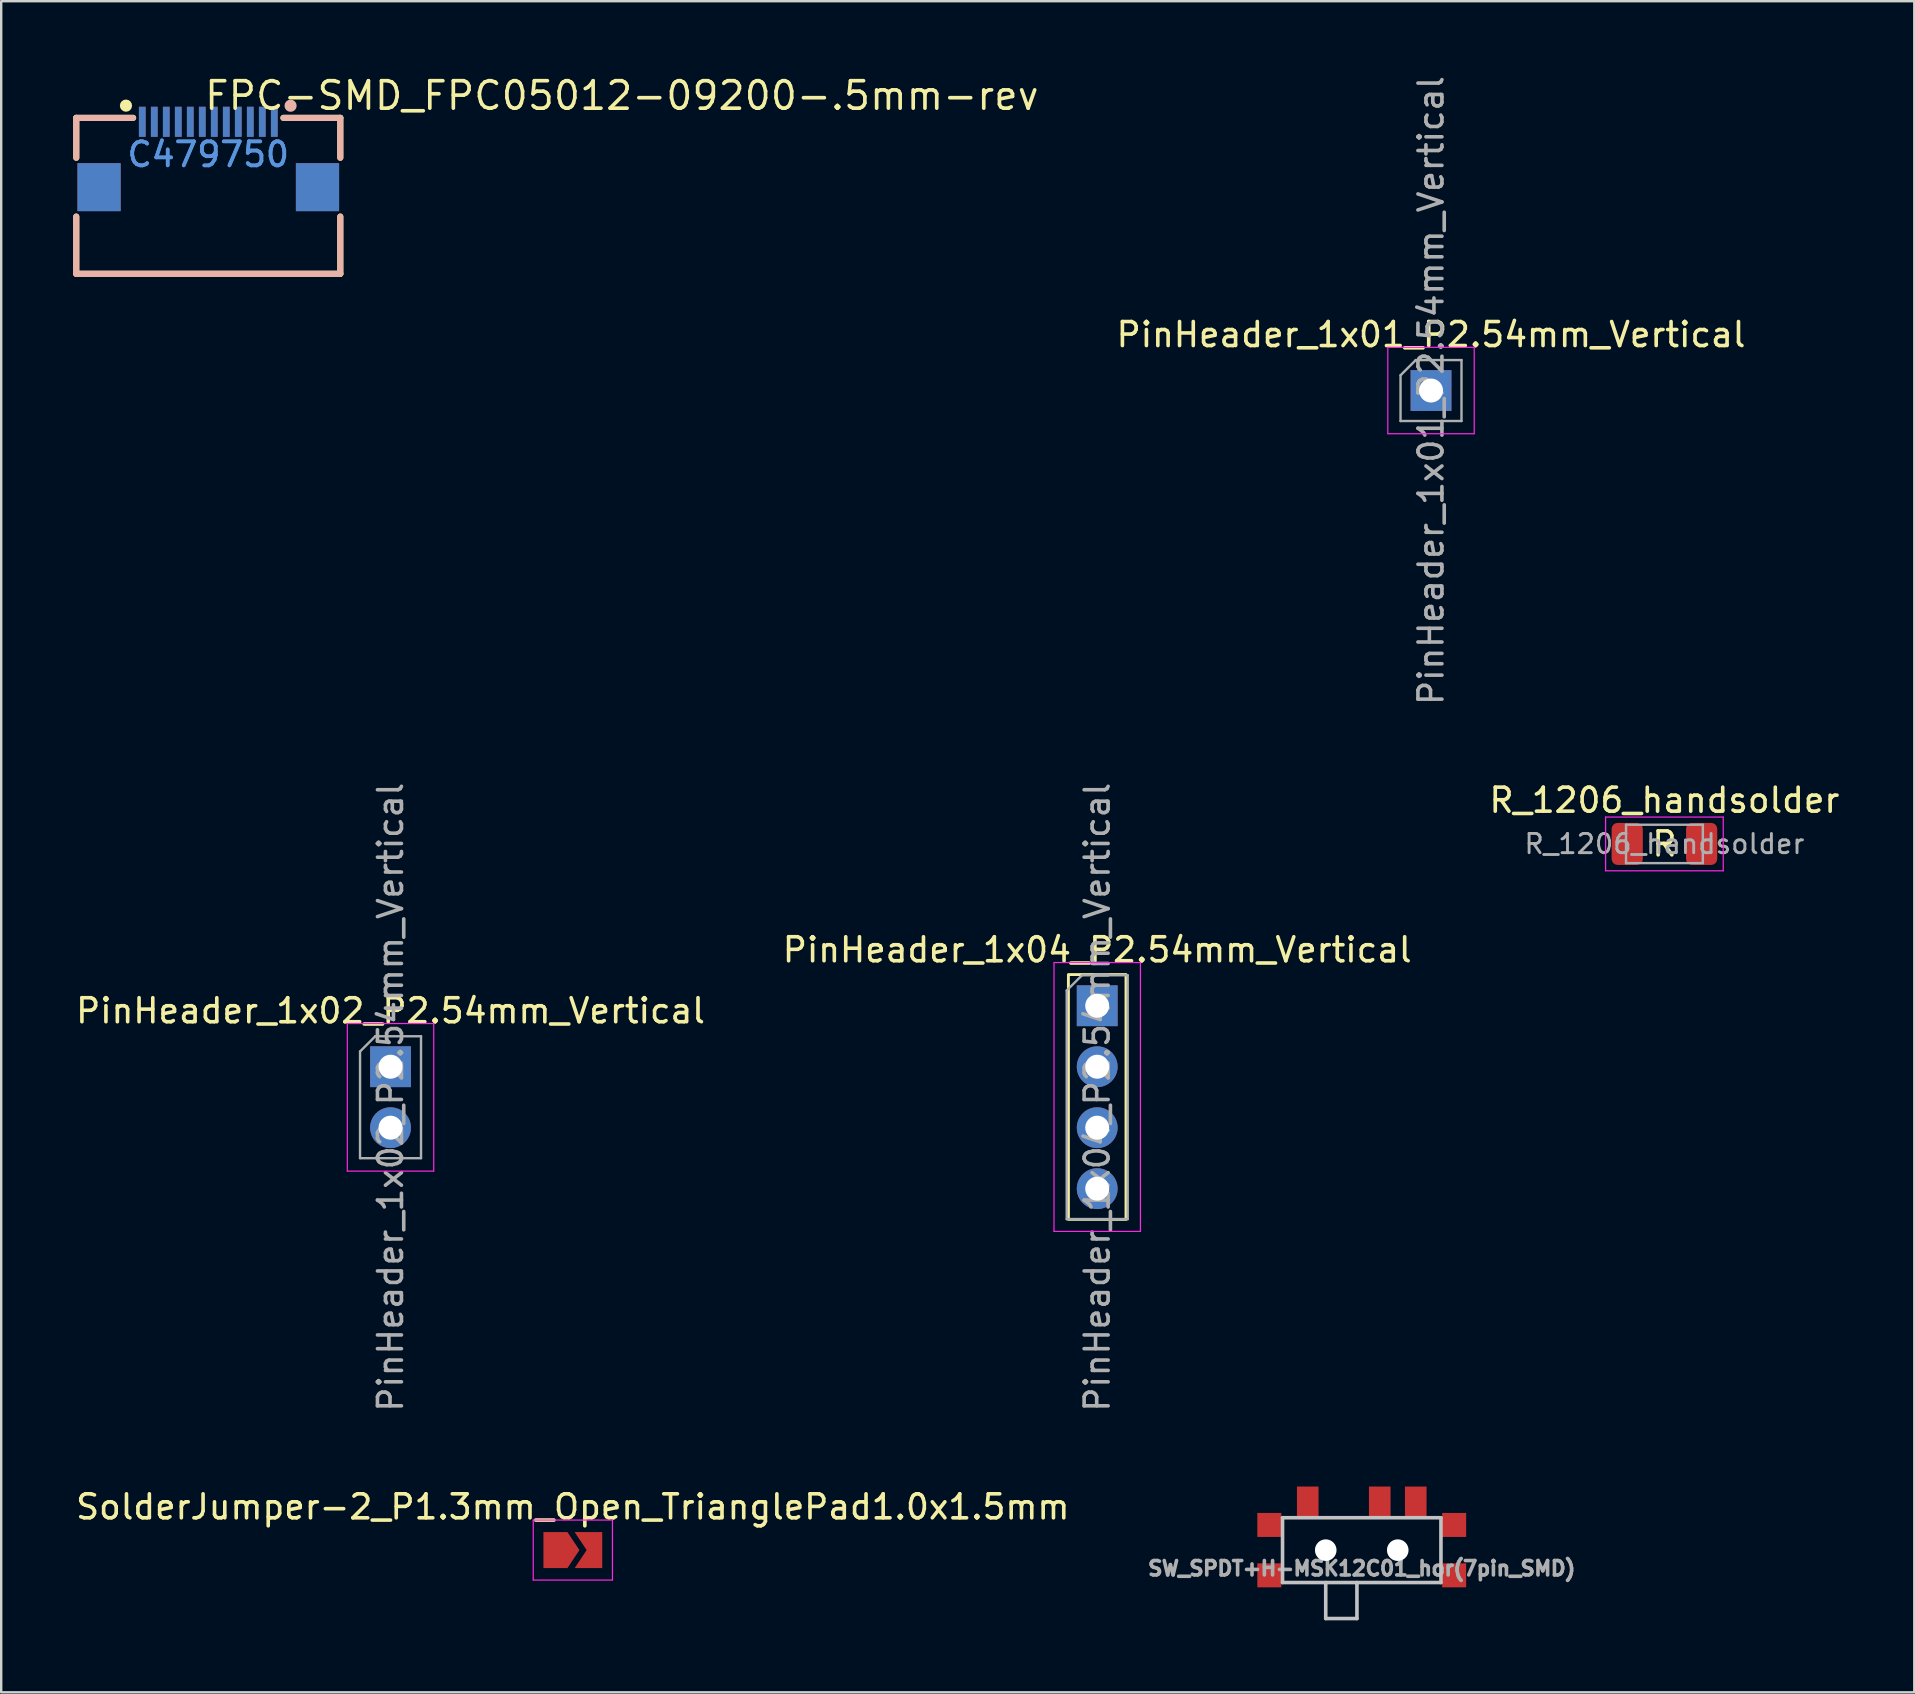
<source format=kicad_pcb>
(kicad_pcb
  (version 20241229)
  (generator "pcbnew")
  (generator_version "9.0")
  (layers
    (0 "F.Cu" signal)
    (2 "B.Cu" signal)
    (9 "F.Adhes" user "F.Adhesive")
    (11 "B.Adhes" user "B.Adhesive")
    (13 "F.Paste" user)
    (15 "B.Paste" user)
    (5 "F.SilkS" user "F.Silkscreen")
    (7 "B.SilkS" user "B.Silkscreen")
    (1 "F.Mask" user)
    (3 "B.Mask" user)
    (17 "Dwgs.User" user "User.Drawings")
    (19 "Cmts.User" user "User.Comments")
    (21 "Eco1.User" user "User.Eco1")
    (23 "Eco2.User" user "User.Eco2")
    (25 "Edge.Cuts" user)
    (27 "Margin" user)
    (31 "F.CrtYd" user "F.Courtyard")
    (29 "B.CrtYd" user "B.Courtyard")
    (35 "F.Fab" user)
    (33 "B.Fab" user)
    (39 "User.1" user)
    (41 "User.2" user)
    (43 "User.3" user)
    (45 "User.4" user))
  (footprint "SW_SPDT+H-MSK12C01_hor(7pin_SMD)"
    (layer "F.Cu")
    (at 53.682 61.531)
    (property "Reference" "SW_SPDT+H-MSK12C01_hor(7pin_SMD)" (at 0 0.762 0) (layer "F.Fab") (effects (font (size 0.6 0.6) (thickness 0.15))))
    (attr smd)
    (fp_line (start -3.3 -1.35) (end 3.3 -1.35) (stroke (width 0.15) (type solid)) (layer "Dwgs.User"))
    (fp_line (start -3.3 1.35) (end -3.3 -1.35) (stroke (width 0.15) (type solid)) (layer "Dwgs.User"))
    (fp_line (start -1.5 1.35) (end -1.5 2.85) (stroke (width 0.15) (type solid)) (layer "Dwgs.User"))
    (fp_line (start -1.5 2.85) (end -0.2 2.85) (stroke (width 0.15) (type solid)) (layer "Dwgs.User"))
    (fp_line (start -0.2 1.35) (end -0.2 2.85) (stroke (width 0.15) (type solid)) (layer "Dwgs.User"))
    (fp_line (start 3.3 -1.35) (end 3.3 1.35) (stroke (width 0.15) (type solid)) (layer "Dwgs.User"))
    (fp_line (start 3.3 1.35) (end -3.3 1.35) (stroke (width 0.15) (type solid)) (layer "Dwgs.User"))
    (pad "" np_thru_hole circle (at -1.5 0) (size 0.9 0.9) (drill 0.9) (layers "*.Cu" "*.Mask"))
    (pad "" np_thru_hole circle (at 1.5 0) (size 0.9 0.9) (drill 0.9) (layers "*.Cu" "*.Mask"))
    (pad "1" smd rect (at -2.25 -2) (size 0.9 1.3) (layers "F.Cu" "F.Mask" "F.Paste"))
    (pad "2" smd rect (at 0.75 -2) (size 0.9 1.3) (layers "F.Cu" "F.Mask" "F.Paste"))
    (pad "3" smd rect (at 2.25 -2) (size 0.9 1.3) (layers "F.Cu" "F.Mask" "F.Paste"))
    (pad "H" smd rect (at -3.85 -1.05) (size 1 1) (layers "F.Cu" "F.Mask" "F.Paste"))
    (pad "H" smd rect (at -3.85 1.05) (size 1 1) (layers "F.Cu" "F.Mask" "F.Paste"))
    (pad "H" smd rect (at 3.85 -1.05) (size 1 1) (layers "F.Cu" "F.Mask" "F.Paste"))
    (pad "H" smd rect (at 3.85 1.05) (size 1 1) (layers "F.Cu" "F.Mask" "F.Paste")))
  (footprint "PinHeader_1x01_P2.54mm_Vertical"
    (layer "F.Cu")
    (at 56.568 13.22)
    (property "Reference" "PinHeader_1x01_P2.54mm_Vertical" (at 0 -2.33 0) (layer "F.SilkS") (effects (font (size 1 1) (thickness 0.15))))
    (attr through_hole)
    (fp_line (start -1.8 -1.8) (end -1.8 1.8) (stroke (width 0.05) (type solid)) (layer "F.CrtYd"))
    (fp_line (start -1.8 1.8) (end 1.8 1.8) (stroke (width 0.05) (type solid)) (layer "F.CrtYd"))
    (fp_line (start 1.8 -1.8) (end -1.8 -1.8) (stroke (width 0.05) (type solid)) (layer "F.CrtYd"))
    (fp_line (start 1.8 1.8) (end 1.8 -1.8) (stroke (width 0.05) (type solid)) (layer "F.CrtYd"))
    (fp_line (start -1.27 -0.635) (end -0.635 -1.27) (stroke (width 0.1) (type solid)) (layer "F.Fab"))
    (fp_line (start -1.27 1.27) (end -1.27 -0.635) (stroke (width 0.1) (type solid)) (layer "F.Fab"))
    (fp_line (start -0.635 -1.27) (end 1.27 -1.27) (stroke (width 0.1) (type solid)) (layer "F.Fab"))
    (fp_line (start 1.27 -1.27) (end 1.27 1.27) (stroke (width 0.1) (type solid)) (layer "F.Fab"))
    (fp_line (start 1.27 1.27) (end -1.27 1.27) (stroke (width 0.1) (type solid)) (layer "F.Fab"))
    (fp_text user "${REFERENCE}" (at 0 0 90) (layer "F.Fab") (effects (font (size 1 1) (thickness 0.15))))
    (pad "1" thru_hole rect (at 0 0) (size 1.7 1.7) (drill 1) (layers "*.Cu" "*.Mask")))
  (footprint "R_1206_handsolder"
    (layer "F.Cu")
    (at 66.292 32.109)
    (property "Reference" "R_1206_handsolder" (at 0 -1.82 0) (layer "F.SilkS") (effects (font (size 1 1) (thickness 0.15))))
    (attr smd)
    (fp_line (start -2.45 -1.12) (end 2.45 -1.12) (stroke (width 0.05) (type solid)) (layer "F.CrtYd"))
    (fp_line (start -2.45 1.12) (end -2.45 -1.12) (stroke (width 0.05) (type solid)) (layer "F.CrtYd"))
    (fp_line (start 2.45 -1.12) (end 2.45 1.12) (stroke (width 0.05) (type solid)) (layer "F.CrtYd"))
    (fp_line (start 2.45 1.12) (end -2.45 1.12) (stroke (width 0.05) (type solid)) (layer "F.CrtYd"))
    (fp_line (start -1.6 -0.8) (end 1.6 -0.8) (stroke (width 0.1) (type solid)) (layer "F.Fab"))
    (fp_line (start -1.6 0.8) (end -1.6 -0.8) (stroke (width 0.1) (type solid)) (layer "F.Fab"))
    (fp_line (start 1.6 -0.8) (end 1.6 0.8) (stroke (width 0.1) (type solid)) (layer "F.Fab"))
    (fp_line (start 1.6 0.8) (end -1.6 0.8) (stroke (width 0.1) (type solid)) (layer "F.Fab"))
    (fp_text user "R" (at 0 0 0) (unlocked yes) (layer "F.SilkS") (effects (font (size 1 1) (thickness 0.15))))
    (fp_text user "${REFERENCE}" (at 0 0 0) (layer "F.Fab") (effects (font (size 0.8 0.8) (thickness 0.12))))
    (pad "1" smd roundrect (at -1.55 0) (size 1.3 1.75) (layers "F.Cu" "F.Mask" "F.Paste") (roundrect_rratio 0.192))
    (pad "2" smd roundrect (at 1.55 0) (size 1.3 1.75) (layers "F.Cu" "F.Mask" "F.Paste") (roundrect_rratio 0.192)))
  (footprint "FPC-SMD_FPC05012-09200-.5mm-rev"
    (layer "F.Cu")
    (at 5.627 3.383)
    (property "Reference" "FPC-SMD_FPC05012-09200-.5mm-rev" (at -0.232 -2.448 0) (layer "F.SilkS") (effects (font (size 1.143 1.143) (thickness 0.152)) (justify left)))
    (attr smd)
    (fp_line (start -5.5 -1.524) (end -3.131 -1.524) (stroke (width 0.254) (type solid)) (layer "F.SilkS"))
    (fp_line (start -5.5 0.137) (end -5.5 -1.524) (stroke (width 0.254) (type solid)) (layer "F.SilkS"))
    (fp_line (start -5.5 4.971) (end -5.5 2.588) (stroke (width 0.254) (type solid)) (layer "F.SilkS"))
    (fp_line (start 5.5 -1.524) (end 3.131 -1.524) (stroke (width 0.254) (type solid)) (layer "F.SilkS"))
    (fp_line (start 5.5 0.137) (end 5.5 -1.524) (stroke (width 0.254) (type solid)) (layer "F.SilkS"))
    (fp_line (start 5.5 4.971) (end -5.5 4.971) (stroke (width 0.254) (type solid)) (layer "F.SilkS"))
    (fp_line (start 5.5 4.971) (end 5.5 2.588) (stroke (width 0.254) (type solid)) (layer "F.SilkS"))
    (fp_circle (center -3.429 -2.032) (end -3.302 -2.032) (stroke (width 0.254) (type solid)) (fill no) (layer "F.SilkS"))
    (fp_line (start -5.5 -1.52) (end -3.131 -1.52) (stroke (width 0.254) (type solid)) (layer "B.SilkS"))
    (fp_line (start -5.5 0.141) (end -5.5 -1.52) (stroke (width 0.254) (type solid)) (layer "B.SilkS"))
    (fp_line (start -5.5 4.975) (end -5.5 2.592) (stroke (width 0.254) (type solid)) (layer "B.SilkS"))
    (fp_line (start -5.5 4.975) (end 5.5 4.975) (stroke (width 0.254) (type solid)) (layer "B.SilkS"))
    (fp_line (start 5.5 -1.52) (end 3.131 -1.52) (stroke (width 0.254) (type solid)) (layer "B.SilkS"))
    (fp_line (start 5.5 0.141) (end 5.5 -1.52) (stroke (width 0.254) (type solid)) (layer "B.SilkS"))
    (fp_line (start 5.5 4.975) (end 5.5 2.592) (stroke (width 0.254) (type solid)) (layer "B.SilkS"))
    (fp_circle (center 3.429 -2.028) (end 3.302 -2.028) (stroke (width 0.254) (type solid)) (fill no) (layer "B.SilkS"))
    (fp_text user "C479750" (at 0 0.004 0) (layer "Cmts.User") (effects (font (size 1 1) (thickness 0.15))))
    (fp_text user "C479750" (at 0 0 0) (layer "Cmts.User") (effects (font (size 1 1) (thickness 0.15))))
    (pad "1" smd rect (at -2.75 -1.362) (size 0.28 1.25) (layers "F.Cu" "F.Mask" "F.Paste"))
    (pad "1" smd rect (at 2.75 -1.358) (size 0.28 1.25) (layers "B.Cu" "B.Mask" "B.Paste"))
    (pad "2" smd rect (at -2.25 -1.362) (size 0.28 1.25) (layers "F.Cu" "F.Mask" "F.Paste"))
    (pad "2" smd rect (at 2.25 -1.358) (size 0.28 1.25) (layers "B.Cu" "B.Mask" "B.Paste"))
    (pad "3" smd rect (at -1.75 -1.362) (size 0.28 1.25) (layers "F.Cu" "F.Mask" "F.Paste"))
    (pad "3" smd rect (at 1.75 -1.358) (size 0.28 1.25) (layers "B.Cu" "B.Mask" "B.Paste"))
    (pad "4" smd rect (at -1.25 -1.362) (size 0.28 1.25) (layers "F.Cu" "F.Mask" "F.Paste"))
    (pad "4" smd rect (at 1.25 -1.358) (size 0.28 1.25) (layers "B.Cu" "B.Mask" "B.Paste"))
    (pad "5" smd rect (at -0.75 -1.362) (size 0.28 1.25) (layers "F.Cu" "F.Mask" "F.Paste"))
    (pad "5" smd rect (at 0.75 -1.358) (size 0.28 1.25) (layers "B.Cu" "B.Mask" "B.Paste"))
    (pad "6" smd rect (at -0.25 -1.362) (size 0.28 1.25) (layers "F.Cu" "F.Mask" "F.Paste"))
    (pad "6" smd rect (at 0.25 -1.358) (size 0.28 1.25) (layers "B.Cu" "B.Mask" "B.Paste"))
    (pad "7" smd rect (at -0.25 -1.358) (size 0.28 1.25) (layers "B.Cu" "B.Mask" "B.Paste"))
    (pad "7" smd rect (at 0.25 -1.362) (size 0.28 1.25) (layers "F.Cu" "F.Mask" "F.Paste"))
    (pad "8" smd rect (at -0.75 -1.358) (size 0.28 1.25) (layers "B.Cu" "B.Mask" "B.Paste"))
    (pad "8" smd rect (at 0.75 -1.362) (size 0.28 1.25) (layers "F.Cu" "F.Mask" "F.Paste"))
    (pad "9" smd rect (at -1.25 -1.358) (size 0.28 1.25) (layers "B.Cu" "B.Mask" "B.Paste"))
    (pad "9" smd rect (at 1.25 -1.362) (size 0.28 1.25) (layers "F.Cu" "F.Mask" "F.Paste"))
    (pad "10" smd rect (at -1.75 -1.358) (size 0.28 1.25) (layers "B.Cu" "B.Mask" "B.Paste"))
    (pad "10" smd rect (at 1.75 -1.362) (size 0.28 1.25) (layers "F.Cu" "F.Mask" "F.Paste"))
    (pad "11" smd rect (at -2.25 -1.358) (size 0.28 1.25) (layers "B.Cu" "B.Mask" "B.Paste"))
    (pad "11" smd rect (at 2.25 -1.362) (size 0.28 1.25) (layers "F.Cu" "F.Mask" "F.Paste"))
    (pad "12" smd rect (at -2.75 -1.358) (size 0.28 1.25) (layers "B.Cu" "B.Mask" "B.Paste"))
    (pad "12" smd rect (at 2.75 -1.362) (size 0.28 1.25) (layers "F.Cu" "F.Mask" "F.Paste"))
    (pad "13" smd rect (at -4.55 1.366) (size 1.8 2) (layers "B.Cu" "B.Mask" "B.Paste"))
    (pad "13" smd rect (at 4.55 1.362) (size 1.8 2) (layers "F.Cu" "F.Mask" "F.Paste"))
    (pad "14" smd rect (at -4.55 1.362) (size 1.8 2) (layers "F.Cu" "F.Mask" "F.Paste"))
    (pad "14" smd rect (at 4.55 1.366) (size 1.8 2) (layers "B.Cu" "B.Mask" "B.Paste")))
  (footprint "SolderJumper-2_P1.3mm_Open_TrianglePad1.0x1.5mm"
    (layer "F.Cu")
    (at 20.815 61.529)
    (property "Reference" "SolderJumper-2_P1.3mm_Open_TrianglePad1.0x1.5mm" (at 0 -1.8 0) (layer "F.SilkS") (effects (font (size 1 1) (thickness 0.15))))
    (attr exclude_from_pos_files exclude_from_bom)
    (fp_line (start -1.65 -1.25) (end -1.65 1.25) (stroke (width 0.05) (type solid)) (layer "F.CrtYd"))
    (fp_line (start -1.65 -1.25) (end 1.65 -1.25) (stroke (width 0.05) (type solid)) (layer "F.CrtYd"))
    (fp_line (start 1.65 1.25) (end -1.65 1.25) (stroke (width 0.05) (type solid)) (layer "F.CrtYd"))
    (fp_line (start 1.65 1.25) (end 1.65 -1.25) (stroke (width 0.05) (type solid)) (layer "F.CrtYd"))
    (pad "1" smd custom (at -0.725 0) (size 0.3 0.3) (layers "F.Cu" "F.Mask") (options (anchor rect)) (primitives (gr_poly (pts (xy 1 0) (xy 0.5 0.75) (xy -0.5 0.75) (xy -0.5 -0.75) (xy 0.5 -0.75)) (width 0) (fill yes))))
    (pad "2" smd custom (at 0.725 0) (size 0.3 0.3) (layers "F.Cu" "F.Mask") (options (anchor rect)) (primitives (gr_poly (pts (xy 0.5 0.75) (xy -0.65 0.75) (xy -0.15 0) (xy -0.65 -0.75) (xy 0.5 -0.75)) (width 0) (fill yes)))))
  (footprint "PinHeader_1x04_P2.54mm_Vertical"
    (layer "F.Cu")
    (at 42.661 38.851)
    (property "Reference" "PinHeader_1x04_P2.54mm_Vertical" (at 0 -2.33 0) (layer "F.SilkS") (effects (font (size 1 1) (thickness 0.15))))
    (attr through_hole)
    (fp_rect (start -1.2 -1.3) (end 1.2 8.9) (stroke (width 0.12) (type solid)) (fill no) (layer "F.SilkS"))
    (fp_line (start -1.8 -1.8) (end -1.8 9.4) (stroke (width 0.05) (type solid)) (layer "F.CrtYd"))
    (fp_line (start -1.8 9.4) (end 1.8 9.4) (stroke (width 0.05) (type solid)) (layer "F.CrtYd"))
    (fp_line (start 1.8 -1.8) (end -1.8 -1.8) (stroke (width 0.05) (type solid)) (layer "F.CrtYd"))
    (fp_line (start 1.8 9.4) (end 1.8 -1.8) (stroke (width 0.05) (type solid)) (layer "F.CrtYd"))
    (fp_line (start -1.27 -0.635) (end -0.635 -1.27) (stroke (width 0.1) (type solid)) (layer "F.Fab"))
    (fp_line (start -1.27 8.89) (end -1.27 -0.635) (stroke (width 0.1) (type solid)) (layer "F.Fab"))
    (fp_line (start -0.635 -1.27) (end 1.27 -1.27) (stroke (width 0.1) (type solid)) (layer "F.Fab"))
    (fp_line (start 1.27 -1.27) (end 1.27 8.89) (stroke (width 0.1) (type solid)) (layer "F.Fab"))
    (fp_line (start 1.27 8.89) (end -1.27 8.89) (stroke (width 0.1) (type solid)) (layer "F.Fab"))
    (fp_text user "${REFERENCE}" (at 0 3.81 90) (layer "F.Fab") (effects (font (size 1 1) (thickness 0.15))))
    (pad "1" thru_hole rect (at 0 0) (size 1.7 1.7) (drill 1) (layers "*.Cu" "*.Mask"))
    (pad "2" thru_hole oval (at 0 2.54) (size 1.7 1.7) (drill 1) (layers "*.Cu" "*.Mask"))
    (pad "3" thru_hole oval (at 0 5.08) (size 1.7 1.7) (drill 1) (layers "*.Cu" "*.Mask"))
    (pad "4" thru_hole oval (at 0 7.62) (size 1.7 1.7) (drill 1) (layers "*.Cu" "*.Mask")))
  (footprint "PinHeader_1x02_P2.54mm_Vertical"
    (layer "F.Cu")
    (at 13.22 41.391)
    (property "Reference" "PinHeader_1x02_P2.54mm_Vertical" (at 0 -2.33 0) (layer "F.SilkS") (effects (font (size 1 1) (thickness 0.15))))
    (attr through_hole)
    (fp_line (start -1.8 -1.8) (end -1.8 4.35) (stroke (width 0.05) (type solid)) (layer "F.CrtYd"))
    (fp_line (start -1.8 4.35) (end 1.8 4.35) (stroke (width 0.05) (type solid)) (layer "F.CrtYd"))
    (fp_line (start 1.8 -1.8) (end -1.8 -1.8) (stroke (width 0.05) (type solid)) (layer "F.CrtYd"))
    (fp_line (start 1.8 4.35) (end 1.8 -1.8) (stroke (width 0.05) (type solid)) (layer "F.CrtYd"))
    (fp_line (start -1.27 -0.635) (end -0.635 -1.27) (stroke (width 0.1) (type solid)) (layer "F.Fab"))
    (fp_line (start -1.27 3.81) (end -1.27 -0.635) (stroke (width 0.1) (type solid)) (layer "F.Fab"))
    (fp_line (start -0.635 -1.27) (end 1.27 -1.27) (stroke (width 0.1) (type solid)) (layer "F.Fab"))
    (fp_line (start 1.27 -1.27) (end 1.27 3.81) (stroke (width 0.1) (type solid)) (layer "F.Fab"))
    (fp_line (start 1.27 3.81) (end -1.27 3.81) (stroke (width 0.1) (type solid)) (layer "F.Fab"))
    (fp_text user "${REFERENCE}" (at 0 1.27 90) (layer "F.Fab") (effects (font (size 1 1) (thickness 0.15))))
    (pad "1" thru_hole rect (at 0 0) (size 1.7 1.7) (drill 1) (layers "*.Cu" "*.Mask"))
    (pad "2" thru_hole oval (at 0 2.54) (size 1.7 1.7) (drill 1) (layers "*.Cu" "*.Mask")))
  (gr_rect
    (start -3 -3)
    (end 76.702 67.456)
    (stroke (width 0.1) (type default))
    (fill no)
    (layer "Edge.Cuts")))
</source>
